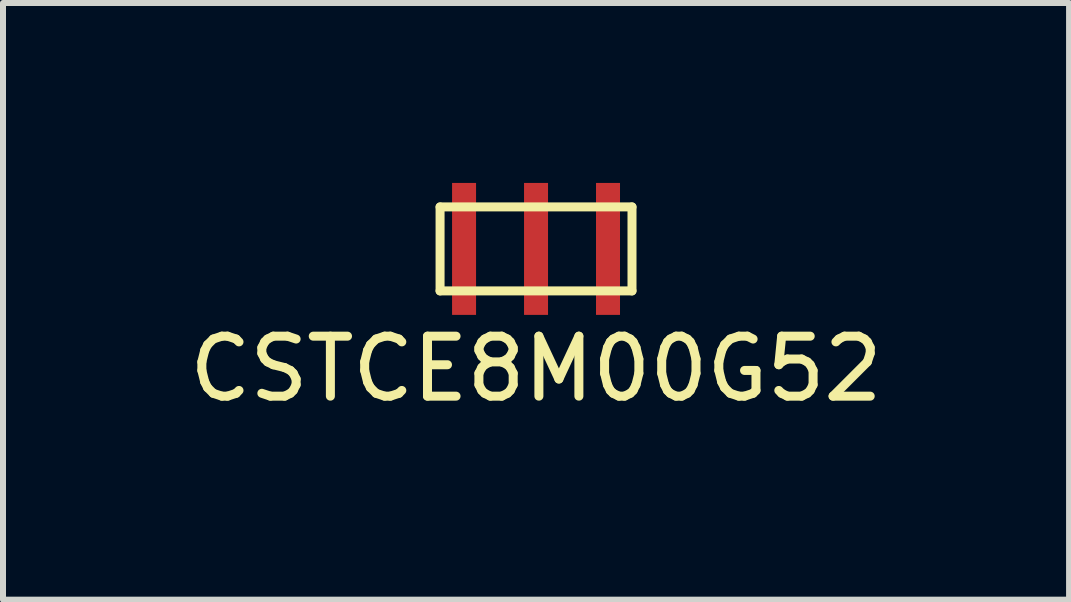
<source format=kicad_pcb>
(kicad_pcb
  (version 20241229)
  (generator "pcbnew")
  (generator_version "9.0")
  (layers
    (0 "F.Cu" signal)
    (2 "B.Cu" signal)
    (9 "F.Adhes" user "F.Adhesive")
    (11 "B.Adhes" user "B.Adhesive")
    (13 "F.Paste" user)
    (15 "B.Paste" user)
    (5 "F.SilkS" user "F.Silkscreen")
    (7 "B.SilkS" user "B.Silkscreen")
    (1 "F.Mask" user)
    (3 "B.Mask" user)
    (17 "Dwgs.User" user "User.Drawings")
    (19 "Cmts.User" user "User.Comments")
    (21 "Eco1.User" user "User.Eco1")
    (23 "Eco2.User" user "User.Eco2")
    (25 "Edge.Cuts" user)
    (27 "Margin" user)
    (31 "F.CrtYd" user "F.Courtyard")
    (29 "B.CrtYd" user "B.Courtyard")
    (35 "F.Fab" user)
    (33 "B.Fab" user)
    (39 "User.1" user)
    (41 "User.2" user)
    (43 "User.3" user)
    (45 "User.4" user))
  (footprint "CSTCE8M00G52"
    (layer "F.Cu")
    (at 5.887 1.1)
    (property "Reference" "CSTCE8M00G52" (at 0 2 0) (layer "F.SilkS") (effects (font (size 1 1) (thickness 0.15))))
    (attr through_hole)
    (fp_line (start -1.6 -0.7) (end 1.6 -0.7) (stroke (width 0.15) (type solid)) (layer "F.SilkS"))
    (fp_line (start -1.6 0.7) (end -1.6 -0.7) (stroke (width 0.15) (type solid)) (layer "F.SilkS"))
    (fp_line (start 1.6 -0.7) (end 1.6 0.7) (stroke (width 0.15) (type solid)) (layer "F.SilkS"))
    (fp_line (start 1.6 0.7) (end -1.6 0.7) (stroke (width 0.15) (type solid)) (layer "F.SilkS"))
    (pad "1" smd rect (at -1.2 0) (size 0.4 2.2) (layers "F.Cu" "F.Mask" "F.Paste"))
    (pad "2" smd rect (at 1.2 0) (size 0.4 2.2) (layers "F.Cu" "F.Mask" "F.Paste"))
    (pad "3" smd rect (at 0 0) (size 0.4 2.2) (layers "F.Cu" "F.Mask" "F.Paste")))
  (gr_rect
    (start -3 -3)
    (end 14.774 6.948)
    (stroke (width 0.1) (type default))
    (fill no)
    (layer "Edge.Cuts")))
</source>
